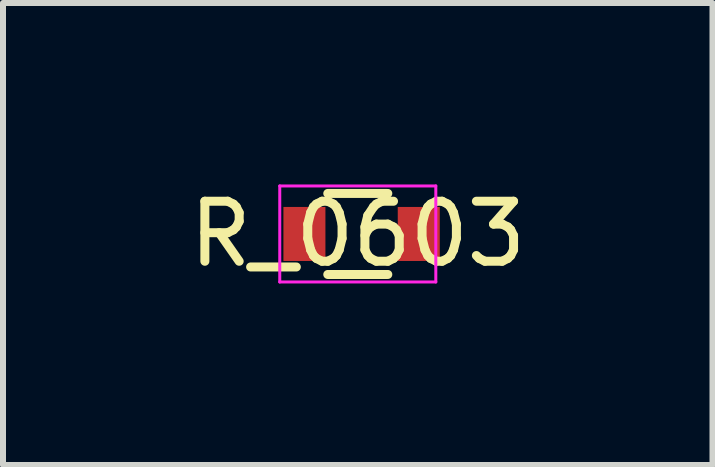
<source format=kicad_pcb>
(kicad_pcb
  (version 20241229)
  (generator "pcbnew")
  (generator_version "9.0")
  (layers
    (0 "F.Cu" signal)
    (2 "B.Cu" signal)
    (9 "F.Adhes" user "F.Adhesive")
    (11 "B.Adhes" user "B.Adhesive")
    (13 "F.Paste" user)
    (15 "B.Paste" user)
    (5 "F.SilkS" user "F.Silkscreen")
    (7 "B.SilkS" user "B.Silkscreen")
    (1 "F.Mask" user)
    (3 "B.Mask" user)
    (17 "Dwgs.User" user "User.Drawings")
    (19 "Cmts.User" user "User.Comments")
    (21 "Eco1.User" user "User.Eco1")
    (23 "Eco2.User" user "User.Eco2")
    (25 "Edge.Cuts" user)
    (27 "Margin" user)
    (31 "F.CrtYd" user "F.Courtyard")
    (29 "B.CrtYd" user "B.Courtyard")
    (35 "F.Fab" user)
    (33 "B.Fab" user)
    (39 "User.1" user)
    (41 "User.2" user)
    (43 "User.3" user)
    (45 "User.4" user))
  (footprint "R_0603"
    (layer "F.Cu")
    (at 2.911 0.848)
    (property "Reference" "R_0603" (at 0 0 0) (layer "F.SilkS") (effects (font (size 1 1) (thickness 0.15))))
    (attr smd)
    (fp_line (start -0.5 -0.675) (end 0.5 -0.675) (stroke (width 0.15) (type solid)) (layer "F.SilkS"))
    (fp_line (start 0.5 0.675) (end -0.5 0.675) (stroke (width 0.15) (type solid)) (layer "F.SilkS"))
    (fp_line (start -1.3 -0.8) (end -1.3 0.8) (stroke (width 0.05) (type solid)) (layer "F.CrtYd"))
    (fp_line (start -1.3 -0.8) (end 1.3 -0.8) (stroke (width 0.05) (type solid)) (layer "F.CrtYd"))
    (fp_line (start -1.3 0.8) (end 1.3 0.8) (stroke (width 0.05) (type solid)) (layer "F.CrtYd"))
    (fp_line (start 1.3 -0.8) (end 1.3 0.8) (stroke (width 0.05) (type solid)) (layer "F.CrtYd"))
    (pad "1" smd rect (at -0.889 0) (size 0.7 0.9) (layers "F.Cu" "F.Mask" "F.Paste"))
    (pad "2" smd rect (at 1.016 0) (size 0.7 0.9) (layers "F.Cu" "F.Mask" "F.Paste")))
  (gr_rect
    (start -3 -3)
    (end 8.821 4.697)
    (stroke (width 0.1) (type default))
    (fill no)
    (layer "Edge.Cuts")))
</source>
